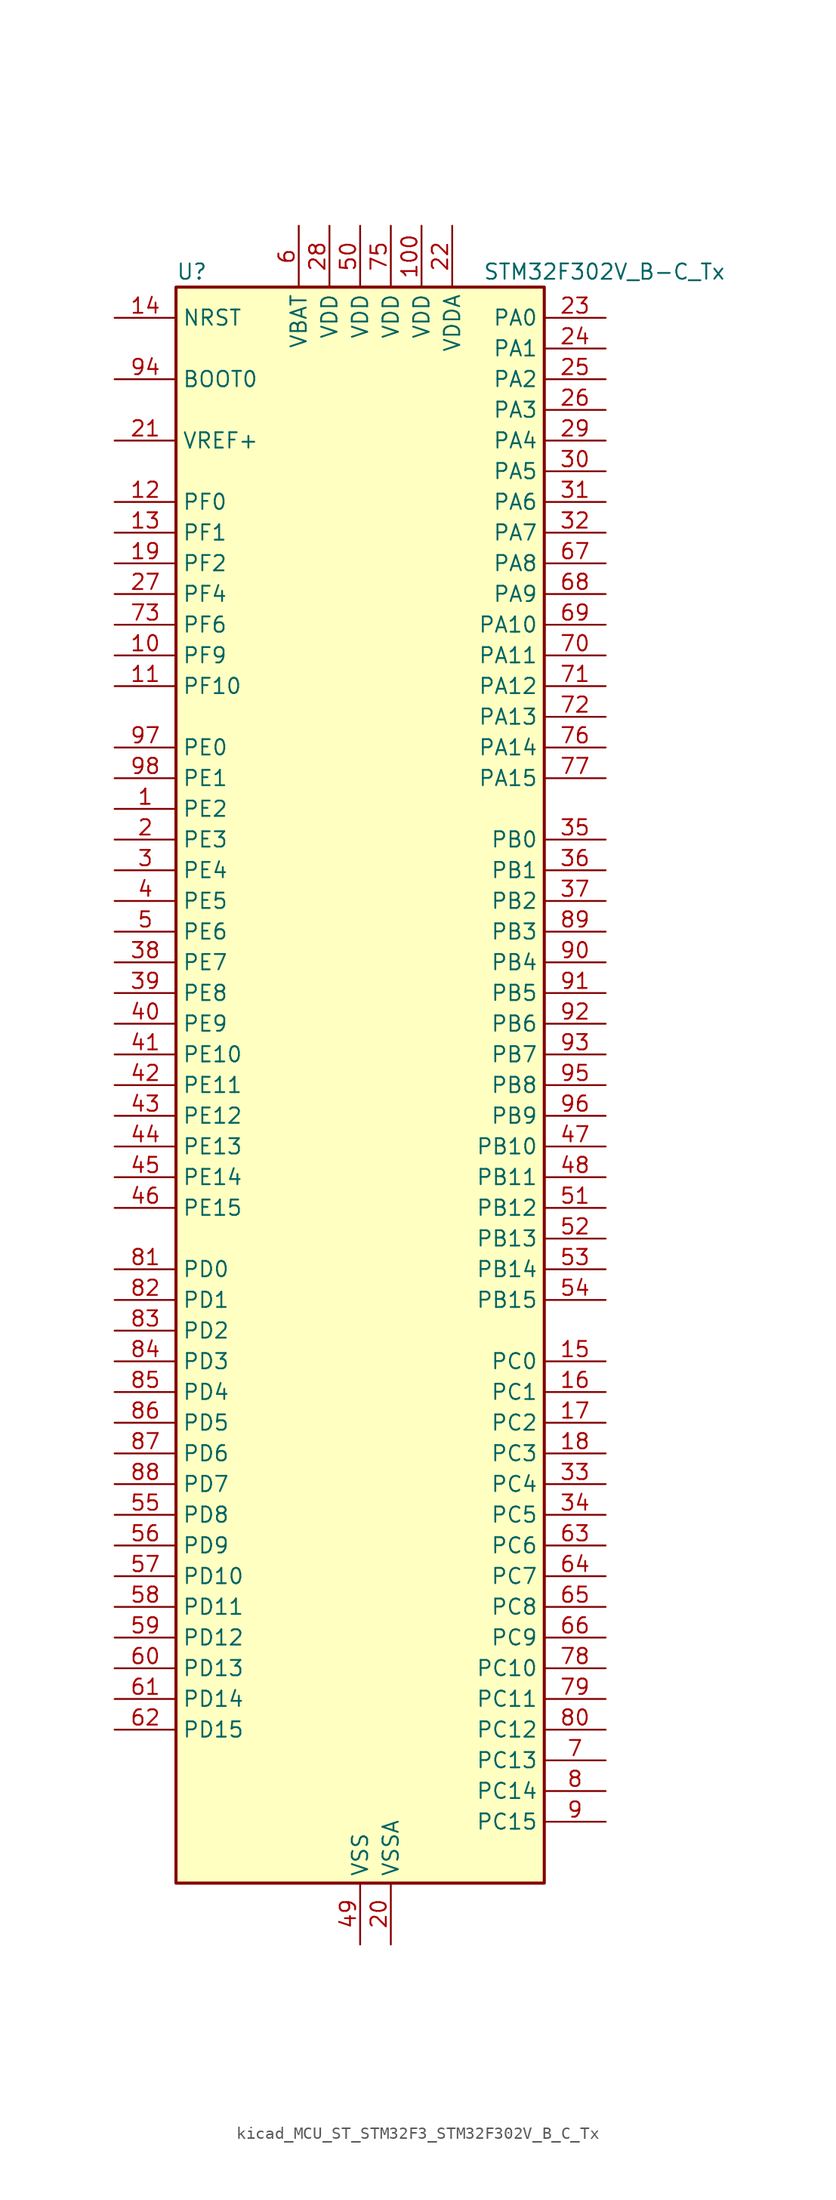
<source format=kicad_sym>
(kicad_symbol_lib
  (version 20220914)
  (generator kicad_symbol_editor)
  (symbol "kicad_MCU_ST_STM32F3_STM32F302V_B_C_Tx"
    (property "Reference" "U"
      (at -15.24 67.31 0)
      (effects (font (size 1.27 1.27)) (justify left)))
    (property "Value" "STM32F302V_B-C_Tx"
      (at 10.16 67.31 0)
      (effects (font (size 1.27 1.27)) (justify left)))
    (property "ki_locked" ""
      (at 0 0 0)
      (effects (font (size 1.27 1.27))))
    (symbol "kicad_MCU_ST_STM32F3_STM32F302V_B_C_Tx_0_1"
      (rectangle (start -15.24 -66.04) (end 15.24 66.04) (stroke (width 0.254) (type default)) (fill (type background))))
    (symbol "kicad_MCU_ST_STM32F3_STM32F302V_B_C_Tx_1_1"
      (pin bidirectional line (at -20.32 22.86 0) (length 5.08) (name "PE2" (effects (font (size 1.27 1.27)))) (number "1" (effects (font (size 1.27 1.27)))) (alternate "SYS_TRACECK" bidirectional line) (alternate "TIM3_CH1" bidirectional line) (alternate "TSC_G7_IO1" bidirectional line))
      (pin bidirectional line (at -20.32 35.56 0) (length 5.08) (name "PF9" (effects (font (size 1.27 1.27)))) (number "10" (effects (font (size 1.27 1.27)))) (alternate "DAC_EXTI9" bidirectional line) (alternate "SPI2_SCK" bidirectional line) (alternate "TIM15_CH1" bidirectional line))
      (pin power_in line (at 5.08 71.12 270) (length 5.08) (name "VDD" (effects (font (size 1.27 1.27)))) (number "100" (effects (font (size 1.27 1.27)))))
      (pin bidirectional line (at -20.32 33.02 0) (length 5.08) (name "PF10" (effects (font (size 1.27 1.27)))) (number "11" (effects (font (size 1.27 1.27)))) (alternate "SPI2_SCK" bidirectional line) (alternate "TIM15_CH2" bidirectional line))
      (pin bidirectional line (at -20.32 48.26 0) (length 5.08) (name "PF0" (effects (font (size 1.27 1.27)))) (number "12" (effects (font (size 1.27 1.27)))) (alternate "I2C2_SDA" bidirectional line) (alternate "RCC_OSC_IN" bidirectional line) (alternate "TIM1_CH3N" bidirectional line))
      (pin bidirectional line (at -20.32 45.72 0) (length 5.08) (name "PF1" (effects (font (size 1.27 1.27)))) (number "13" (effects (font (size 1.27 1.27)))) (alternate "I2C2_SCL" bidirectional line) (alternate "RCC_OSC_OUT" bidirectional line))
      (pin input line (at -20.32 63.5 0) (length 5.08) (name "NRST" (effects (font (size 1.27 1.27)))) (number "14" (effects (font (size 1.27 1.27)))))
      (pin bidirectional line (at 20.32 -22.86 180) (length 5.08) (name "PC0" (effects (font (size 1.27 1.27)))) (number "15" (effects (font (size 1.27 1.27)))) (alternate "ADC1_IN6" bidirectional line) (alternate "ADC2_IN6" bidirectional line))
      (pin bidirectional line (at 20.32 -25.4 180) (length 5.08) (name "PC1" (effects (font (size 1.27 1.27)))) (number "16" (effects (font (size 1.27 1.27)))) (alternate "ADC1_IN7" bidirectional line) (alternate "ADC2_IN7" bidirectional line))
      (pin bidirectional line (at 20.32 -27.94 180) (length 5.08) (name "PC2" (effects (font (size 1.27 1.27)))) (number "17" (effects (font (size 1.27 1.27)))) (alternate "ADC1_IN8" bidirectional line) (alternate "ADC2_IN8" bidirectional line))
      (pin bidirectional line (at 20.32 -30.48 180) (length 5.08) (name "PC3" (effects (font (size 1.27 1.27)))) (number "18" (effects (font (size 1.27 1.27)))) (alternate "ADC1_IN9" bidirectional line) (alternate "ADC2_IN9" bidirectional line) (alternate "TIM1_BKIN2" bidirectional line))
      (pin bidirectional line (at -20.32 43.18 0) (length 5.08) (name "PF2" (effects (font (size 1.27 1.27)))) (number "19" (effects (font (size 1.27 1.27)))) (alternate "ADC1_IN10" bidirectional line) (alternate "ADC2_IN10" bidirectional line))
      (pin bidirectional line (at -20.32 20.32 0) (length 5.08) (name "PE3" (effects (font (size 1.27 1.27)))) (number "2" (effects (font (size 1.27 1.27)))) (alternate "SYS_TRACED0" bidirectional line) (alternate "TIM3_CH2" bidirectional line) (alternate "TSC_G7_IO2" bidirectional line))
      (pin power_in line (at 2.54 -71.12 90) (length 5.08) (name "VSSA" (effects (font (size 1.27 1.27)))) (number "20" (effects (font (size 1.27 1.27)))))
      (pin input line (at -20.32 53.34 0) (length 5.08) (name "VREF+" (effects (font (size 1.27 1.27)))) (number "21" (effects (font (size 1.27 1.27)))))
      (pin power_in line (at 7.62 71.12 270) (length 5.08) (name "VDDA" (effects (font (size 1.27 1.27)))) (number "22" (effects (font (size 1.27 1.27)))))
      (pin bidirectional line (at 20.32 63.5 180) (length 5.08) (name "PA0" (effects (font (size 1.27 1.27)))) (number "23" (effects (font (size 1.27 1.27)))) (alternate "ADC1_IN1" bidirectional line) (alternate "COMP1_INM" bidirectional line) (alternate "COMP1_OUT" bidirectional line) (alternate "RTC_TAMP2" bidirectional line) (alternate "SYS_WKUP1" bidirectional line) (alternate "TIM2_CH1" bidirectional line) (alternate "TIM2_ETR" bidirectional line) (alternate "TSC_G1_IO1" bidirectional line) (alternate "USART2_CTS" bidirectional line))
      (pin bidirectional line (at 20.32 60.96 180) (length 5.08) (name "PA1" (effects (font (size 1.27 1.27)))) (number "24" (effects (font (size 1.27 1.27)))) (alternate "ADC1_IN2" bidirectional line) (alternate "COMP1_INP" bidirectional line) (alternate "OPAMP1_VINP" bidirectional line) (alternate "OPAMP1_VINP_SEC" bidirectional line) (alternate "RTC_REFIN" bidirectional line) (alternate "TIM15_CH1N" bidirectional line) (alternate "TIM2_CH2" bidirectional line) (alternate "TSC_G1_IO2" bidirectional line) (alternate "USART2_DE" bidirectional line) (alternate "USART2_RTS" bidirectional line))
      (pin bidirectional line (at 20.32 58.42 180) (length 5.08) (name "PA2" (effects (font (size 1.27 1.27)))) (number "25" (effects (font (size 1.27 1.27)))) (alternate "ADC1_IN3" bidirectional line) (alternate "COMP2_INM" bidirectional line) (alternate "COMP2_OUT" bidirectional line) (alternate "OPAMP1_VOUT" bidirectional line) (alternate "TIM15_CH1" bidirectional line) (alternate "TIM2_CH3" bidirectional line) (alternate "TSC_G1_IO3" bidirectional line) (alternate "USART2_TX" bidirectional line))
      (pin bidirectional line (at 20.32 55.88 180) (length 5.08) (name "PA3" (effects (font (size 1.27 1.27)))) (number "26" (effects (font (size 1.27 1.27)))) (alternate "ADC1_IN4" bidirectional line) (alternate "COMP2_INP" bidirectional line) (alternate "OPAMP1_VINM" bidirectional line) (alternate "OPAMP1_VINM_SEC" bidirectional line) (alternate "OPAMP1_VINP" bidirectional line) (alternate "OPAMP1_VINP_SEC" bidirectional line) (alternate "TIM15_CH2" bidirectional line) (alternate "TIM2_CH4" bidirectional line) (alternate "TSC_G1_IO4" bidirectional line) (alternate "USART2_RX" bidirectional line))
      (pin bidirectional line (at -20.32 40.64 0) (length 5.08) (name "PF4" (effects (font (size 1.27 1.27)))) (number "27" (effects (font (size 1.27 1.27)))) (alternate "ADC1_IN5" bidirectional line) (alternate "COMP1_OUT" bidirectional line))
      (pin power_in line (at -2.54 71.12 270) (length 5.08) (name "VDD" (effects (font (size 1.27 1.27)))) (number "28" (effects (font (size 1.27 1.27)))))
      (pin bidirectional line (at 20.32 53.34 180) (length 5.08) (name "PA4" (effects (font (size 1.27 1.27)))) (number "29" (effects (font (size 1.27 1.27)))) (alternate "ADC2_IN1" bidirectional line) (alternate "COMP1_INM" bidirectional line) (alternate "COMP2_INM" bidirectional line) (alternate "COMP4_INM" bidirectional line) (alternate "COMP6_INM" bidirectional line) (alternate "DAC_OUT1" bidirectional line) (alternate "I2S3_WS" bidirectional line) (alternate "SPI1_NSS" bidirectional line) (alternate "SPI3_NSS" bidirectional line) (alternate "TIM3_CH2" bidirectional line) (alternate "TSC_G2_IO1" bidirectional line) (alternate "USART2_CK" bidirectional line))
      (pin bidirectional line (at -20.32 17.78 0) (length 5.08) (name "PE4" (effects (font (size 1.27 1.27)))) (number "3" (effects (font (size 1.27 1.27)))) (alternate "SYS_TRACED1" bidirectional line) (alternate "TIM3_CH3" bidirectional line) (alternate "TSC_G7_IO3" bidirectional line))
      (pin bidirectional line (at 20.32 50.8 180) (length 5.08) (name "PA5" (effects (font (size 1.27 1.27)))) (number "30" (effects (font (size 1.27 1.27)))) (alternate "ADC2_IN2" bidirectional line) (alternate "COMP1_INM" bidirectional line) (alternate "COMP2_INM" bidirectional line) (alternate "COMP4_INM" bidirectional line) (alternate "COMP6_INM" bidirectional line) (alternate "OPAMP1_VINP" bidirectional line) (alternate "OPAMP1_VINP_SEC" bidirectional line) (alternate "OPAMP2_VINM" bidirectional line) (alternate "OPAMP2_VINM_SEC" bidirectional line) (alternate "SPI1_SCK" bidirectional line) (alternate "TIM2_CH1" bidirectional line) (alternate "TIM2_ETR" bidirectional line) (alternate "TSC_G2_IO2" bidirectional line))
      (pin bidirectional line (at 20.32 48.26 180) (length 5.08) (name "PA6" (effects (font (size 1.27 1.27)))) (number "31" (effects (font (size 1.27 1.27)))) (alternate "ADC2_IN3" bidirectional line) (alternate "COMP1_OUT" bidirectional line) (alternate "OPAMP2_VOUT" bidirectional line) (alternate "SPI1_MISO" bidirectional line) (alternate "TIM16_CH1" bidirectional line) (alternate "TIM1_BKIN" bidirectional line) (alternate "TIM3_CH1" bidirectional line) (alternate "TSC_G2_IO3" bidirectional line))
      (pin bidirectional line (at 20.32 45.72 180) (length 5.08) (name "PA7" (effects (font (size 1.27 1.27)))) (number "32" (effects (font (size 1.27 1.27)))) (alternate "ADC2_IN4" bidirectional line) (alternate "COMP2_INP" bidirectional line) (alternate "COMP2_OUT" bidirectional line) (alternate "OPAMP1_VINP" bidirectional line) (alternate "OPAMP1_VINP_SEC" bidirectional line) (alternate "OPAMP2_VINP" bidirectional line) (alternate "OPAMP2_VINP_SEC" bidirectional line) (alternate "SPI1_MOSI" bidirectional line) (alternate "TIM17_CH1" bidirectional line) (alternate "TIM1_CH1N" bidirectional line) (alternate "TIM3_CH2" bidirectional line) (alternate "TSC_G2_IO4" bidirectional line))
      (pin bidirectional line (at 20.32 -33.02 180) (length 5.08) (name "PC4" (effects (font (size 1.27 1.27)))) (number "33" (effects (font (size 1.27 1.27)))) (alternate "ADC2_IN5" bidirectional line) (alternate "USART1_TX" bidirectional line))
      (pin bidirectional line (at 20.32 -35.56 180) (length 5.08) (name "PC5" (effects (font (size 1.27 1.27)))) (number "34" (effects (font (size 1.27 1.27)))) (alternate "ADC2_IN11" bidirectional line) (alternate "OPAMP1_VINM" bidirectional line) (alternate "OPAMP1_VINM_SEC" bidirectional line) (alternate "OPAMP2_VINM" bidirectional line) (alternate "OPAMP2_VINM_SEC" bidirectional line) (alternate "TSC_G3_IO1" bidirectional line) (alternate "USART1_RX" bidirectional line))
      (pin bidirectional line (at 20.32 20.32 180) (length 5.08) (name "PB0" (effects (font (size 1.27 1.27)))) (number "35" (effects (font (size 1.27 1.27)))) (alternate "COMP4_INP" bidirectional line) (alternate "OPAMP2_VINP" bidirectional line) (alternate "OPAMP2_VINP_SEC" bidirectional line) (alternate "TIM1_CH2N" bidirectional line) (alternate "TIM3_CH3" bidirectional line) (alternate "TSC_G3_IO2" bidirectional line))
      (pin bidirectional line (at 20.32 17.78 180) (length 5.08) (name "PB1" (effects (font (size 1.27 1.27)))) (number "36" (effects (font (size 1.27 1.27)))) (alternate "COMP4_OUT" bidirectional line) (alternate "TIM1_CH3N" bidirectional line) (alternate "TIM3_CH4" bidirectional line) (alternate "TSC_G3_IO3" bidirectional line))
      (pin bidirectional line (at 20.32 15.24 180) (length 5.08) (name "PB2" (effects (font (size 1.27 1.27)))) (number "37" (effects (font (size 1.27 1.27)))) (alternate "ADC2_IN12" bidirectional line) (alternate "COMP4_INM" bidirectional line) (alternate "TSC_G3_IO4" bidirectional line))
      (pin bidirectional line (at -20.32 10.16 0) (length 5.08) (name "PE7" (effects (font (size 1.27 1.27)))) (number "38" (effects (font (size 1.27 1.27)))) (alternate "COMP4_INP" bidirectional line) (alternate "TIM1_ETR" bidirectional line))
      (pin bidirectional line (at -20.32 7.62 0) (length 5.08) (name "PE8" (effects (font (size 1.27 1.27)))) (number "39" (effects (font (size 1.27 1.27)))) (alternate "COMP4_INM" bidirectional line) (alternate "TIM1_CH1N" bidirectional line))
      (pin bidirectional line (at -20.32 15.24 0) (length 5.08) (name "PE5" (effects (font (size 1.27 1.27)))) (number "4" (effects (font (size 1.27 1.27)))) (alternate "SYS_TRACED2" bidirectional line) (alternate "TIM3_CH4" bidirectional line) (alternate "TSC_G7_IO4" bidirectional line))
      (pin bidirectional line (at -20.32 5.08 0) (length 5.08) (name "PE9" (effects (font (size 1.27 1.27)))) (number "40" (effects (font (size 1.27 1.27)))) (alternate "DAC_EXTI9" bidirectional line) (alternate "TIM1_CH1" bidirectional line))
      (pin bidirectional line (at -20.32 2.54 0) (length 5.08) (name "PE10" (effects (font (size 1.27 1.27)))) (number "41" (effects (font (size 1.27 1.27)))) (alternate "TIM1_CH2N" bidirectional line))
      (pin bidirectional line (at -20.32 0 0) (length 5.08) (name "PE11" (effects (font (size 1.27 1.27)))) (number "42" (effects (font (size 1.27 1.27)))) (alternate "ADC1_EXTI11" bidirectional line) (alternate "ADC2_EXTI11" bidirectional line) (alternate "TIM1_CH2" bidirectional line))
      (pin bidirectional line (at -20.32 -2.54 0) (length 5.08) (name "PE12" (effects (font (size 1.27 1.27)))) (number "43" (effects (font (size 1.27 1.27)))) (alternate "TIM1_CH3N" bidirectional line))
      (pin bidirectional line (at -20.32 -5.08 0) (length 5.08) (name "PE13" (effects (font (size 1.27 1.27)))) (number "44" (effects (font (size 1.27 1.27)))) (alternate "TIM1_CH3" bidirectional line))
      (pin bidirectional line (at -20.32 -7.62 0) (length 5.08) (name "PE14" (effects (font (size 1.27 1.27)))) (number "45" (effects (font (size 1.27 1.27)))) (alternate "TIM1_BKIN2" bidirectional line) (alternate "TIM1_CH4" bidirectional line))
      (pin bidirectional line (at -20.32 -10.16 0) (length 5.08) (name "PE15" (effects (font (size 1.27 1.27)))) (number "46" (effects (font (size 1.27 1.27)))) (alternate "ADC1_EXTI15" bidirectional line) (alternate "ADC2_EXTI15" bidirectional line) (alternate "TIM1_BKIN" bidirectional line) (alternate "USART3_RX" bidirectional line))
      (pin bidirectional line (at 20.32 -5.08 180) (length 5.08) (name "PB10" (effects (font (size 1.27 1.27)))) (number "47" (effects (font (size 1.27 1.27)))) (alternate "TIM2_CH3" bidirectional line) (alternate "TSC_SYNC" bidirectional line) (alternate "USART3_TX" bidirectional line))
      (pin bidirectional line (at 20.32 -7.62 180) (length 5.08) (name "PB11" (effects (font (size 1.27 1.27)))) (number "48" (effects (font (size 1.27 1.27)))) (alternate "ADC1_EXTI11" bidirectional line) (alternate "ADC2_EXTI11" bidirectional line) (alternate "COMP6_INP" bidirectional line) (alternate "TIM2_CH4" bidirectional line) (alternate "TSC_G6_IO1" bidirectional line) (alternate "USART3_RX" bidirectional line))
      (pin power_in line (at 0 -71.12 90) (length 5.08) (name "VSS" (effects (font (size 1.27 1.27)))) (number "49" (effects (font (size 1.27 1.27)))))
      (pin bidirectional line (at -20.32 12.7 0) (length 5.08) (name "PE6" (effects (font (size 1.27 1.27)))) (number "5" (effects (font (size 1.27 1.27)))) (alternate "RTC_TAMP3" bidirectional line) (alternate "SYS_TRACED3" bidirectional line) (alternate "SYS_WKUP3" bidirectional line))
      (pin power_in line (at 0 71.12 270) (length 5.08) (name "VDD" (effects (font (size 1.27 1.27)))) (number "50" (effects (font (size 1.27 1.27)))))
      (pin bidirectional line (at 20.32 -10.16 180) (length 5.08) (name "PB12" (effects (font (size 1.27 1.27)))) (number "51" (effects (font (size 1.27 1.27)))) (alternate "I2C2_SMBA" bidirectional line) (alternate "I2S2_WS" bidirectional line) (alternate "SPI2_NSS" bidirectional line) (alternate "TIM1_BKIN" bidirectional line) (alternate "TSC_G6_IO2" bidirectional line) (alternate "USART3_CK" bidirectional line))
      (pin bidirectional line (at 20.32 -12.7 180) (length 5.08) (name "PB13" (effects (font (size 1.27 1.27)))) (number "52" (effects (font (size 1.27 1.27)))) (alternate "I2S2_CK" bidirectional line) (alternate "SPI2_SCK" bidirectional line) (alternate "TIM1_CH1N" bidirectional line) (alternate "TSC_G6_IO3" bidirectional line) (alternate "USART3_CTS" bidirectional line))
      (pin bidirectional line (at 20.32 -15.24 180) (length 5.08) (name "PB14" (effects (font (size 1.27 1.27)))) (number "53" (effects (font (size 1.27 1.27)))) (alternate "I2S2_ext_SD" bidirectional line) (alternate "OPAMP2_VINP" bidirectional line) (alternate "OPAMP2_VINP_SEC" bidirectional line) (alternate "SPI2_MISO" bidirectional line) (alternate "TIM15_CH1" bidirectional line) (alternate "TIM1_CH2N" bidirectional line) (alternate "TSC_G6_IO4" bidirectional line) (alternate "USART3_DE" bidirectional line) (alternate "USART3_RTS" bidirectional line))
      (pin bidirectional line (at 20.32 -17.78 180) (length 5.08) (name "PB15" (effects (font (size 1.27 1.27)))) (number "54" (effects (font (size 1.27 1.27)))) (alternate "ADC1_EXTI15" bidirectional line) (alternate "ADC2_EXTI15" bidirectional line) (alternate "COMP6_INM" bidirectional line) (alternate "I2S2_SD" bidirectional line) (alternate "RTC_REFIN" bidirectional line) (alternate "SPI2_MOSI" bidirectional line) (alternate "TIM15_CH1N" bidirectional line) (alternate "TIM15_CH2" bidirectional line) (alternate "TIM1_CH3N" bidirectional line))
      (pin bidirectional line (at -20.32 -35.56 0) (length 5.08) (name "PD8" (effects (font (size 1.27 1.27)))) (number "55" (effects (font (size 1.27 1.27)))) (alternate "USART3_TX" bidirectional line))
      (pin bidirectional line (at -20.32 -38.1 0) (length 5.08) (name "PD9" (effects (font (size 1.27 1.27)))) (number "56" (effects (font (size 1.27 1.27)))) (alternate "DAC_EXTI9" bidirectional line) (alternate "USART3_RX" bidirectional line))
      (pin bidirectional line (at -20.32 -40.64 0) (length 5.08) (name "PD10" (effects (font (size 1.27 1.27)))) (number "57" (effects (font (size 1.27 1.27)))) (alternate "COMP6_INM" bidirectional line) (alternate "USART3_CK" bidirectional line))
      (pin bidirectional line (at -20.32 -43.18 0) (length 5.08) (name "PD11" (effects (font (size 1.27 1.27)))) (number "58" (effects (font (size 1.27 1.27)))) (alternate "ADC1_EXTI11" bidirectional line) (alternate "ADC2_EXTI11" bidirectional line) (alternate "COMP6_INP" bidirectional line) (alternate "USART3_CTS" bidirectional line))
      (pin bidirectional line (at -20.32 -45.72 0) (length 5.08) (name "PD12" (effects (font (size 1.27 1.27)))) (number "59" (effects (font (size 1.27 1.27)))) (alternate "TIM4_CH1" bidirectional line) (alternate "TSC_G8_IO1" bidirectional line) (alternate "USART3_DE" bidirectional line) (alternate "USART3_RTS" bidirectional line))
      (pin power_in line (at -5.08 71.12 270) (length 5.08) (name "VBAT" (effects (font (size 1.27 1.27)))) (number "6" (effects (font (size 1.27 1.27)))))
      (pin bidirectional line (at -20.32 -48.26 0) (length 5.08) (name "PD13" (effects (font (size 1.27 1.27)))) (number "60" (effects (font (size 1.27 1.27)))) (alternate "TIM4_CH2" bidirectional line) (alternate "TSC_G8_IO2" bidirectional line))
      (pin bidirectional line (at -20.32 -50.8 0) (length 5.08) (name "PD14" (effects (font (size 1.27 1.27)))) (number "61" (effects (font (size 1.27 1.27)))) (alternate "OPAMP2_VINP" bidirectional line) (alternate "OPAMP2_VINP_SEC" bidirectional line) (alternate "TIM4_CH3" bidirectional line) (alternate "TSC_G8_IO3" bidirectional line))
      (pin bidirectional line (at -20.32 -53.34 0) (length 5.08) (name "PD15" (effects (font (size 1.27 1.27)))) (number "62" (effects (font (size 1.27 1.27)))) (alternate "ADC1_EXTI15" bidirectional line) (alternate "ADC2_EXTI15" bidirectional line) (alternate "SPI2_NSS" bidirectional line) (alternate "TIM4_CH4" bidirectional line) (alternate "TSC_G8_IO4" bidirectional line))
      (pin bidirectional line (at 20.32 -38.1 180) (length 5.08) (name "PC6" (effects (font (size 1.27 1.27)))) (number "63" (effects (font (size 1.27 1.27)))) (alternate "COMP6_OUT" bidirectional line) (alternate "I2S2_MCK" bidirectional line) (alternate "TIM3_CH1" bidirectional line))
      (pin bidirectional line (at 20.32 -40.64 180) (length 5.08) (name "PC7" (effects (font (size 1.27 1.27)))) (number "64" (effects (font (size 1.27 1.27)))) (alternate "I2S3_MCK" bidirectional line) (alternate "TIM3_CH2" bidirectional line))
      (pin bidirectional line (at 20.32 -43.18 180) (length 5.08) (name "PC8" (effects (font (size 1.27 1.27)))) (number "65" (effects (font (size 1.27 1.27)))) (alternate "TIM3_CH3" bidirectional line))
      (pin bidirectional line (at 20.32 -45.72 180) (length 5.08) (name "PC9" (effects (font (size 1.27 1.27)))) (number "66" (effects (font (size 1.27 1.27)))) (alternate "DAC_EXTI9" bidirectional line) (alternate "I2S_CKIN" bidirectional line) (alternate "TIM3_CH4" bidirectional line))
      (pin bidirectional line (at 20.32 43.18 180) (length 5.08) (name "PA8" (effects (font (size 1.27 1.27)))) (number "67" (effects (font (size 1.27 1.27)))) (alternate "I2C2_SMBA" bidirectional line) (alternate "I2S2_MCK" bidirectional line) (alternate "RCC_MCO" bidirectional line) (alternate "TIM1_CH1" bidirectional line) (alternate "TIM4_ETR" bidirectional line) (alternate "USART1_CK" bidirectional line))
      (pin bidirectional line (at 20.32 40.64 180) (length 5.08) (name "PA9" (effects (font (size 1.27 1.27)))) (number "68" (effects (font (size 1.27 1.27)))) (alternate "DAC_EXTI9" bidirectional line) (alternate "I2C2_SCL" bidirectional line) (alternate "I2S3_MCK" bidirectional line) (alternate "TIM15_BKIN" bidirectional line) (alternate "TIM1_CH2" bidirectional line) (alternate "TIM2_CH3" bidirectional line) (alternate "TSC_G4_IO1" bidirectional line) (alternate "USART1_TX" bidirectional line))
      (pin bidirectional line (at 20.32 38.1 180) (length 5.08) (name "PA10" (effects (font (size 1.27 1.27)))) (number "69" (effects (font (size 1.27 1.27)))) (alternate "COMP6_OUT" bidirectional line) (alternate "I2C2_SDA" bidirectional line) (alternate "TIM17_BKIN" bidirectional line) (alternate "TIM1_CH3" bidirectional line) (alternate "TIM2_CH4" bidirectional line) (alternate "TSC_G4_IO2" bidirectional line) (alternate "USART1_RX" bidirectional line))
      (pin bidirectional line (at 20.32 -55.88 180) (length 5.08) (name "PC13" (effects (font (size 1.27 1.27)))) (number "7" (effects (font (size 1.27 1.27)))) (alternate "RTC_OUT_ALARM" bidirectional line) (alternate "RTC_OUT_CALIB" bidirectional line) (alternate "RTC_TAMP1" bidirectional line) (alternate "RTC_TS" bidirectional line) (alternate "SYS_WKUP2" bidirectional line) (alternate "TIM1_CH1N" bidirectional line))
      (pin bidirectional line (at 20.32 35.56 180) (length 5.08) (name "PA11" (effects (font (size 1.27 1.27)))) (number "70" (effects (font (size 1.27 1.27)))) (alternate "ADC1_EXTI11" bidirectional line) (alternate "ADC2_EXTI11" bidirectional line) (alternate "CAN_RX" bidirectional line) (alternate "COMP1_OUT" bidirectional line) (alternate "TIM1_BKIN2" bidirectional line) (alternate "TIM1_CH1N" bidirectional line) (alternate "TIM1_CH4" bidirectional line) (alternate "TIM4_CH1" bidirectional line) (alternate "USART1_CTS" bidirectional line) (alternate "USB_DM" bidirectional line))
      (pin bidirectional line (at 20.32 33.02 180) (length 5.08) (name "PA12" (effects (font (size 1.27 1.27)))) (number "71" (effects (font (size 1.27 1.27)))) (alternate "CAN_TX" bidirectional line) (alternate "COMP2_OUT" bidirectional line) (alternate "TIM16_CH1" bidirectional line) (alternate "TIM1_CH2N" bidirectional line) (alternate "TIM1_ETR" bidirectional line) (alternate "TIM4_CH2" bidirectional line) (alternate "USART1_DE" bidirectional line) (alternate "USART1_RTS" bidirectional line) (alternate "USB_DP" bidirectional line))
      (pin bidirectional line (at 20.32 30.48 180) (length 5.08) (name "PA13" (effects (font (size 1.27 1.27)))) (number "72" (effects (font (size 1.27 1.27)))) (alternate "IR_OUT" bidirectional line) (alternate "SYS_JTMS-SWDIO" bidirectional line) (alternate "TIM16_CH1N" bidirectional line) (alternate "TIM4_CH3" bidirectional line) (alternate "TSC_G4_IO3" bidirectional line) (alternate "USART3_CTS" bidirectional line))
      (pin bidirectional line (at -20.32 38.1 0) (length 5.08) (name "PF6" (effects (font (size 1.27 1.27)))) (number "73" (effects (font (size 1.27 1.27)))) (alternate "I2C2_SCL" bidirectional line) (alternate "TIM4_CH4" bidirectional line) (alternate "USART3_DE" bidirectional line) (alternate "USART3_RTS" bidirectional line))
      (pin passive line (at 0 -71.12 90) (length 5.08) hide (name "VSS" (effects (font (size 1.27 1.27)))) (number "74" (effects (font (size 1.27 1.27)))))
      (pin power_in line (at 2.54 71.12 270) (length 5.08) (name "VDD" (effects (font (size 1.27 1.27)))) (number "75" (effects (font (size 1.27 1.27)))))
      (pin bidirectional line (at 20.32 27.94 180) (length 5.08) (name "PA14" (effects (font (size 1.27 1.27)))) (number "76" (effects (font (size 1.27 1.27)))) (alternate "I2C1_SDA" bidirectional line) (alternate "SYS_JTCK-SWCLK" bidirectional line) (alternate "TIM1_BKIN" bidirectional line) (alternate "TSC_G4_IO4" bidirectional line) (alternate "USART2_TX" bidirectional line))
      (pin bidirectional line (at 20.32 25.4 180) (length 5.08) (name "PA15" (effects (font (size 1.27 1.27)))) (number "77" (effects (font (size 1.27 1.27)))) (alternate "ADC1_EXTI15" bidirectional line) (alternate "ADC2_EXTI15" bidirectional line) (alternate "I2C1_SCL" bidirectional line) (alternate "I2S3_WS" bidirectional line) (alternate "SPI1_NSS" bidirectional line) (alternate "SPI3_NSS" bidirectional line) (alternate "SYS_JTDI" bidirectional line) (alternate "TIM1_BKIN" bidirectional line) (alternate "TIM2_CH1" bidirectional line) (alternate "TIM2_ETR" bidirectional line) (alternate "USART2_RX" bidirectional line))
      (pin bidirectional line (at 20.32 -48.26 180) (length 5.08) (name "PC10" (effects (font (size 1.27 1.27)))) (number "78" (effects (font (size 1.27 1.27)))) (alternate "I2S3_CK" bidirectional line) (alternate "SPI3_SCK" bidirectional line) (alternate "UART4_TX" bidirectional line) (alternate "USART3_TX" bidirectional line))
      (pin bidirectional line (at 20.32 -50.8 180) (length 5.08) (name "PC11" (effects (font (size 1.27 1.27)))) (number "79" (effects (font (size 1.27 1.27)))) (alternate "ADC1_EXTI11" bidirectional line) (alternate "ADC2_EXTI11" bidirectional line) (alternate "I2S3_ext_SD" bidirectional line) (alternate "SPI3_MISO" bidirectional line) (alternate "UART4_RX" bidirectional line) (alternate "USART3_RX" bidirectional line))
      (pin bidirectional line (at 20.32 -58.42 180) (length 5.08) (name "PC14" (effects (font (size 1.27 1.27)))) (number "8" (effects (font (size 1.27 1.27)))) (alternate "RCC_OSC32_IN" bidirectional line))
      (pin bidirectional line (at 20.32 -53.34 180) (length 5.08) (name "PC12" (effects (font (size 1.27 1.27)))) (number "80" (effects (font (size 1.27 1.27)))) (alternate "I2S3_SD" bidirectional line) (alternate "SPI3_MOSI" bidirectional line) (alternate "UART5_TX" bidirectional line) (alternate "USART3_CK" bidirectional line))
      (pin bidirectional line (at -20.32 -15.24 0) (length 5.08) (name "PD0" (effects (font (size 1.27 1.27)))) (number "81" (effects (font (size 1.27 1.27)))) (alternate "CAN_RX" bidirectional line))
      (pin bidirectional line (at -20.32 -17.78 0) (length 5.08) (name "PD1" (effects (font (size 1.27 1.27)))) (number "82" (effects (font (size 1.27 1.27)))) (alternate "CAN_TX" bidirectional line))
      (pin bidirectional line (at -20.32 -20.32 0) (length 5.08) (name "PD2" (effects (font (size 1.27 1.27)))) (number "83" (effects (font (size 1.27 1.27)))) (alternate "TIM3_ETR" bidirectional line) (alternate "UART5_RX" bidirectional line))
      (pin bidirectional line (at -20.32 -22.86 0) (length 5.08) (name "PD3" (effects (font (size 1.27 1.27)))) (number "84" (effects (font (size 1.27 1.27)))) (alternate "TIM2_CH1" bidirectional line) (alternate "TIM2_ETR" bidirectional line) (alternate "USART2_CTS" bidirectional line))
      (pin bidirectional line (at -20.32 -25.4 0) (length 5.08) (name "PD4" (effects (font (size 1.27 1.27)))) (number "85" (effects (font (size 1.27 1.27)))) (alternate "TIM2_CH2" bidirectional line) (alternate "USART2_DE" bidirectional line) (alternate "USART2_RTS" bidirectional line))
      (pin bidirectional line (at -20.32 -27.94 0) (length 5.08) (name "PD5" (effects (font (size 1.27 1.27)))) (number "86" (effects (font (size 1.27 1.27)))) (alternate "USART2_TX" bidirectional line))
      (pin bidirectional line (at -20.32 -30.48 0) (length 5.08) (name "PD6" (effects (font (size 1.27 1.27)))) (number "87" (effects (font (size 1.27 1.27)))) (alternate "TIM2_CH4" bidirectional line) (alternate "USART2_RX" bidirectional line))
      (pin bidirectional line (at -20.32 -33.02 0) (length 5.08) (name "PD7" (effects (font (size 1.27 1.27)))) (number "88" (effects (font (size 1.27 1.27)))) (alternate "TIM2_CH3" bidirectional line) (alternate "USART2_CK" bidirectional line))
      (pin bidirectional line (at 20.32 12.7 180) (length 5.08) (name "PB3" (effects (font (size 1.27 1.27)))) (number "89" (effects (font (size 1.27 1.27)))) (alternate "I2S3_CK" bidirectional line) (alternate "SPI1_SCK" bidirectional line) (alternate "SPI3_SCK" bidirectional line) (alternate "SYS_JTDO-TRACESWO" bidirectional line) (alternate "TIM2_CH2" bidirectional line) (alternate "TIM3_ETR" bidirectional line) (alternate "TIM4_ETR" bidirectional line) (alternate "TSC_G5_IO1" bidirectional line) (alternate "USART2_TX" bidirectional line))
      (pin bidirectional line (at 20.32 -60.96 180) (length 5.08) (name "PC15" (effects (font (size 1.27 1.27)))) (number "9" (effects (font (size 1.27 1.27)))) (alternate "ADC1_EXTI15" bidirectional line) (alternate "ADC2_EXTI15" bidirectional line) (alternate "RCC_OSC32_OUT" bidirectional line))
      (pin bidirectional line (at 20.32 10.16 180) (length 5.08) (name "PB4" (effects (font (size 1.27 1.27)))) (number "90" (effects (font (size 1.27 1.27)))) (alternate "I2S3_ext_SD" bidirectional line) (alternate "SPI1_MISO" bidirectional line) (alternate "SPI3_MISO" bidirectional line) (alternate "SYS_NJTRST" bidirectional line) (alternate "TIM16_CH1" bidirectional line) (alternate "TIM17_BKIN" bidirectional line) (alternate "TIM3_CH1" bidirectional line) (alternate "TSC_G5_IO2" bidirectional line) (alternate "USART2_RX" bidirectional line))
      (pin bidirectional line (at 20.32 7.62 180) (length 5.08) (name "PB5" (effects (font (size 1.27 1.27)))) (number "91" (effects (font (size 1.27 1.27)))) (alternate "I2C1_SMBA" bidirectional line) (alternate "I2S3_SD" bidirectional line) (alternate "SPI1_MOSI" bidirectional line) (alternate "SPI3_MOSI" bidirectional line) (alternate "TIM16_BKIN" bidirectional line) (alternate "TIM17_CH1" bidirectional line) (alternate "TIM3_CH2" bidirectional line) (alternate "USART2_CK" bidirectional line))
      (pin bidirectional line (at 20.32 5.08 180) (length 5.08) (name "PB6" (effects (font (size 1.27 1.27)))) (number "92" (effects (font (size 1.27 1.27)))) (alternate "I2C1_SCL" bidirectional line) (alternate "TIM16_CH1N" bidirectional line) (alternate "TIM4_CH1" bidirectional line) (alternate "TSC_G5_IO3" bidirectional line) (alternate "USART1_TX" bidirectional line))
      (pin bidirectional line (at 20.32 2.54 180) (length 5.08) (name "PB7" (effects (font (size 1.27 1.27)))) (number "93" (effects (font (size 1.27 1.27)))) (alternate "I2C1_SDA" bidirectional line) (alternate "TIM17_CH1N" bidirectional line) (alternate "TIM3_CH4" bidirectional line) (alternate "TIM4_CH2" bidirectional line) (alternate "TSC_G5_IO4" bidirectional line) (alternate "USART1_RX" bidirectional line))
      (pin input line (at -20.32 58.42 0) (length 5.08) (name "BOOT0" (effects (font (size 1.27 1.27)))) (number "94" (effects (font (size 1.27 1.27)))))
      (pin bidirectional line (at 20.32 0 180) (length 5.08) (name "PB8" (effects (font (size 1.27 1.27)))) (number "95" (effects (font (size 1.27 1.27)))) (alternate "CAN_RX" bidirectional line) (alternate "COMP1_OUT" bidirectional line) (alternate "I2C1_SCL" bidirectional line) (alternate "TIM16_CH1" bidirectional line) (alternate "TIM1_BKIN" bidirectional line) (alternate "TIM4_CH3" bidirectional line) (alternate "TSC_SYNC" bidirectional line))
      (pin bidirectional line (at 20.32 -2.54 180) (length 5.08) (name "PB9" (effects (font (size 1.27 1.27)))) (number "96" (effects (font (size 1.27 1.27)))) (alternate "CAN_TX" bidirectional line) (alternate "COMP2_OUT" bidirectional line) (alternate "DAC_EXTI9" bidirectional line) (alternate "I2C1_SDA" bidirectional line) (alternate "IR_OUT" bidirectional line) (alternate "TIM17_CH1" bidirectional line) (alternate "TIM4_CH4" bidirectional line))
      (pin bidirectional line (at -20.32 27.94 0) (length 5.08) (name "PE0" (effects (font (size 1.27 1.27)))) (number "97" (effects (font (size 1.27 1.27)))) (alternate "TIM16_CH1" bidirectional line) (alternate "TIM4_ETR" bidirectional line) (alternate "USART1_TX" bidirectional line))
      (pin bidirectional line (at -20.32 25.4 0) (length 5.08) (name "PE1" (effects (font (size 1.27 1.27)))) (number "98" (effects (font (size 1.27 1.27)))) (alternate "TIM17_CH1" bidirectional line) (alternate "USART1_RX" bidirectional line))
      (pin passive line (at 0 -71.12 90) (length 5.08) hide (name "VSS" (effects (font (size 1.27 1.27)))) (number "99" (effects (font (size 1.27 1.27))))))))
</source>
